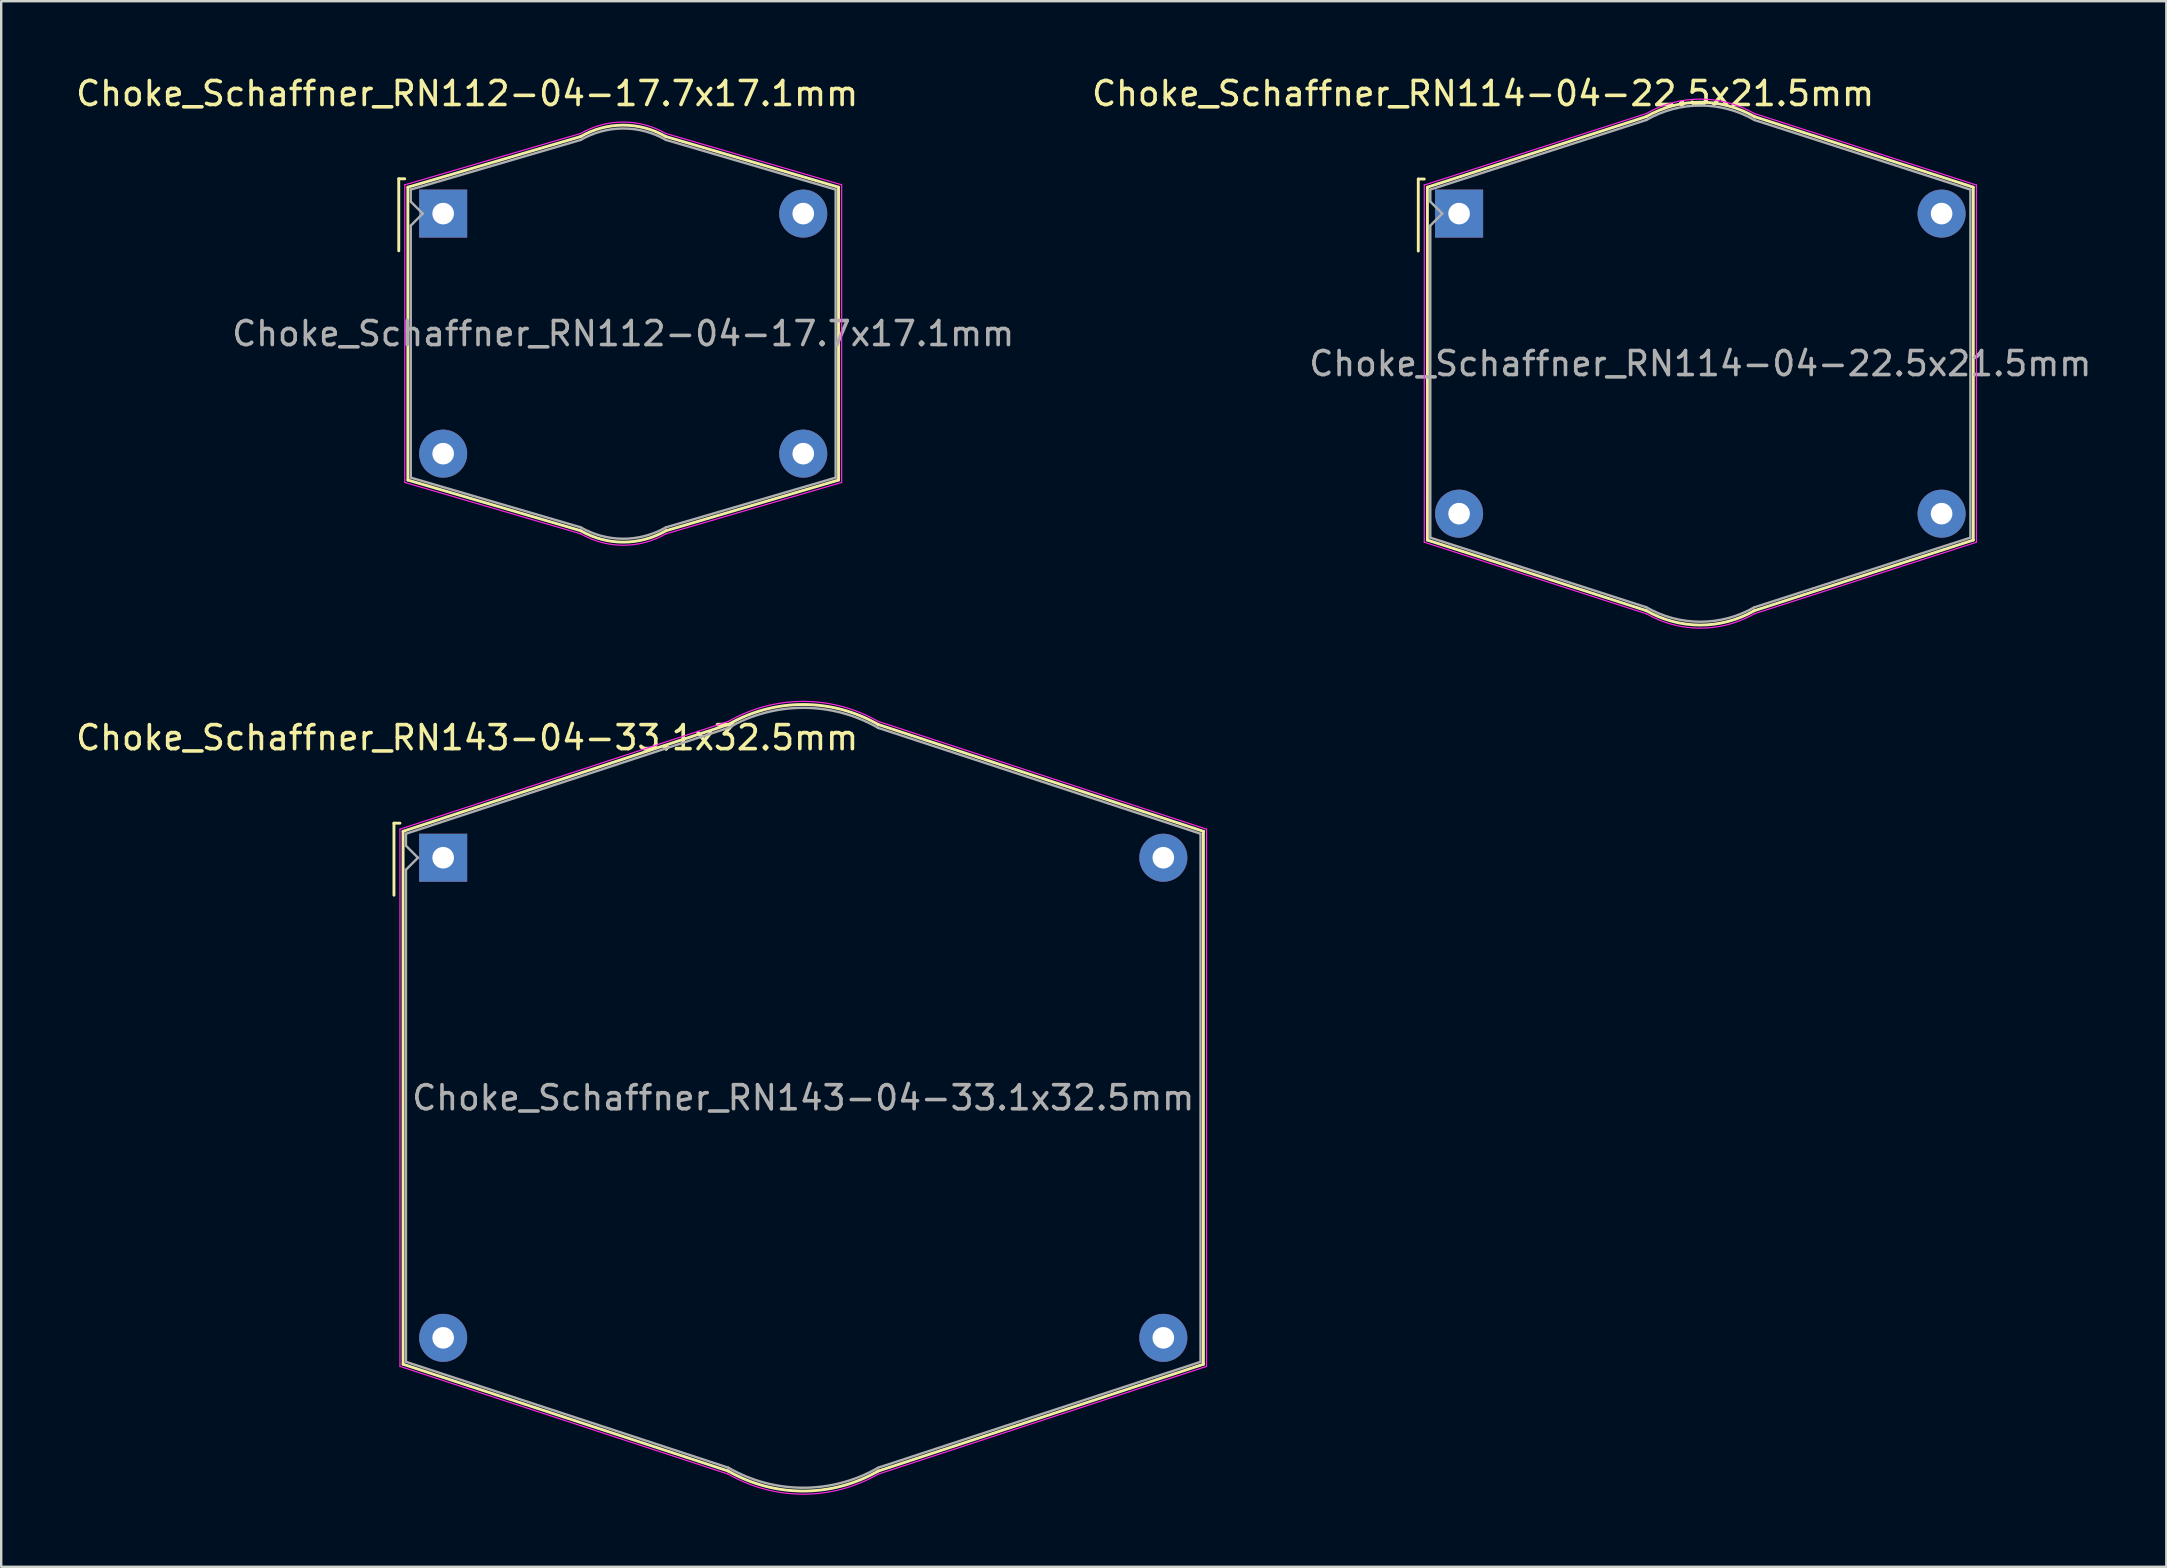
<source format=kicad_pcb>
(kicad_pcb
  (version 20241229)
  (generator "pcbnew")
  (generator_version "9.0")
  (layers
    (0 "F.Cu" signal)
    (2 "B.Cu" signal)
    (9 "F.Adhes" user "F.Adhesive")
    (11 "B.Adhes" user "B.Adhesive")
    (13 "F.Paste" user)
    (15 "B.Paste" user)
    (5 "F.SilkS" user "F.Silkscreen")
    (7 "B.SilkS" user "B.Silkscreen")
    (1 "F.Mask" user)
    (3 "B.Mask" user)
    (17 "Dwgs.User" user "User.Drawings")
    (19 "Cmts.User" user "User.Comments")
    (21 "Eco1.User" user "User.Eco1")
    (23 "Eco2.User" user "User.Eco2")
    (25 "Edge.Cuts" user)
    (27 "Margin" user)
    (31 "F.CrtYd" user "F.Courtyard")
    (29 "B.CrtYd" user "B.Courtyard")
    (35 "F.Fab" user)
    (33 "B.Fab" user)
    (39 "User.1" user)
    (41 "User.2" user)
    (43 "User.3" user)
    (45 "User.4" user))
  (footprint "Choke_Schaffner_RN143-04-33.1x32.5mm"
    (layer "F.Cu")
    (at 15.411 32.681)
    (property "Reference" "Choke_Schaffner_RN143-04-33.1x32.5mm" (at 1 -5 0) (layer "F.SilkS") (effects (font (size 1 1) (thickness 0.15))))
    (attr through_hole)
    (fp_line (start -2.05 -1.44) (end -2.05 1.56) (stroke (width 0.12) (type solid)) (layer "F.SilkS"))
    (fp_line (start -2.05 -1.44) (end -1.8 -1.44) (stroke (width 0.12) (type solid)) (layer "F.SilkS"))
    (fp_line (start -1.67 -1.1) (end 11.88 -5.55) (stroke (width 0.12) (type solid)) (layer "F.SilkS"))
    (fp_line (start -1.67 21.1) (end -1.67 -1.1) (stroke (width 0.12) (type solid)) (layer "F.SilkS"))
    (fp_line (start 11.88 25.55) (end -1.67 21.1) (stroke (width 0.12) (type solid)) (layer "F.SilkS"))
    (fp_line (start 18.12 -5.55) (end 31.67 -1.1) (stroke (width 0.12) (type solid)) (layer "F.SilkS"))
    (fp_line (start 31.67 -1.1) (end 31.67 21.1) (stroke (width 0.12) (type solid)) (layer "F.SilkS"))
    (fp_line (start 31.67 21.1) (end 18.12 25.55) (stroke (width 0.12) (type solid)) (layer "F.SilkS"))
    (fp_arc (start 11.88 -5.55) (mid 15.013001 -6.382518) (end 18.142518 -5.536999) (stroke (width 0.12) (type solid)) (layer "F.SilkS"))
    (fp_arc (start 18.12 25.55) (mid 14.986999 26.382518) (end 11.857482 25.536999) (stroke (width 0.12) (type solid)) (layer "F.SilkS"))
    (fp_line (start -1.8 -1.19) (end 11.88 -5.68) (stroke (width 0.05) (type solid)) (layer "F.CrtYd"))
    (fp_line (start -1.8 21.19) (end -1.8 -1.19) (stroke (width 0.05) (type solid)) (layer "F.CrtYd"))
    (fp_line (start 11.88 25.68) (end -1.8 21.19) (stroke (width 0.05) (type solid)) (layer "F.CrtYd"))
    (fp_line (start 18.12 -5.68) (end 31.8 -1.19) (stroke (width 0.05) (type solid)) (layer "F.CrtYd"))
    (fp_line (start 31.8 -1.19) (end 31.8 21.19) (stroke (width 0.05) (type solid)) (layer "F.CrtYd"))
    (fp_line (start 31.8 21.19) (end 18.12 25.68) (stroke (width 0.05) (type solid)) (layer "F.CrtYd"))
    (fp_arc (start 11.88 -5.68) (mid 15.013001 -6.512518) (end 18.142518 -5.666999) (stroke (width 0.05) (type solid)) (layer "F.CrtYd"))
    (fp_arc (start 18.12 25.68) (mid 14.986999 26.512518) (end 11.857482 25.666999) (stroke (width 0.05) (type solid)) (layer "F.CrtYd"))
    (fp_line (start -1.55 -1) (end 11.88 -5.41) (stroke (width 0.1) (type solid)) (layer "F.Fab"))
    (fp_line (start -1.55 -0.5) (end -1.55 -1) (stroke (width 0.1) (type solid)) (layer "F.Fab"))
    (fp_line (start -1.55 0.5) (end -1.05 0) (stroke (width 0.1) (type solid)) (layer "F.Fab"))
    (fp_line (start -1.55 21) (end -1.55 0.5) (stroke (width 0.1) (type solid)) (layer "F.Fab"))
    (fp_line (start -1.05 0) (end -1.55 -0.5) (stroke (width 0.1) (type solid)) (layer "F.Fab"))
    (fp_line (start 11.88 25.41) (end -1.55 21) (stroke (width 0.1) (type solid)) (layer "F.Fab"))
    (fp_line (start 18.12 -5.41) (end 31.55 -1) (stroke (width 0.1) (type solid)) (layer "F.Fab"))
    (fp_line (start 31.55 -1) (end 31.55 21) (stroke (width 0.1) (type solid)) (layer "F.Fab"))
    (fp_line (start 31.55 21) (end 18.12 25.41) (stroke (width 0.1) (type solid)) (layer "F.Fab"))
    (fp_arc (start 11.88 -5.41) (mid 15.003001 -6.245197) (end 18.125197 -5.406999) (stroke (width 0.1) (type solid)) (layer "F.Fab"))
    (fp_arc (start 18.12 25.41) (mid 14.996999 26.245197) (end 11.874803 25.406999) (stroke (width 0.1) (type solid)) (layer "F.Fab"))
    (fp_text user "${REFERENCE}" (at 15 10 0) (layer "F.Fab") (effects (font (size 1 1) (thickness 0.15))))
    (pad "1" thru_hole rect (at 0 0) (size 2 2) (drill 0.9) (layers "*.Cu" "*.Mask"))
    (pad "2" thru_hole circle (at 30 0) (size 2 2) (drill 0.9) (layers "*.Cu" "*.Mask"))
    (pad "3" thru_hole circle (at 0 20) (size 2 2) (drill 0.9) (layers "*.Cu" "*.Mask"))
    (pad "4" thru_hole circle (at 30 20) (size 2 2) (drill 0.9) (layers "*.Cu" "*.Mask")))
  (footprint "Choke_Schaffner_RN114-04-22.5x21.5mm"
    (layer "F.Cu")
    (at 57.732 5.848)
    (property "Reference" "Choke_Schaffner_RN114-04-22.5x21.5mm" (at 1 -5 0) (layer "F.SilkS") (effects (font (size 1 1) (thickness 0.15))))
    (attr through_hole)
    (fp_line (start -1.7 -1.44) (end -1.7 1.56) (stroke (width 0.12) (type solid)) (layer "F.SilkS"))
    (fp_line (start -1.7 -1.44) (end -1.45 -1.44) (stroke (width 0.12) (type solid)) (layer "F.SilkS"))
    (fp_line (start -1.32 -1.1) (end 7.8 -4.04) (stroke (width 0.12) (type solid)) (layer "F.SilkS"))
    (fp_line (start -1.32 13.6) (end -1.32 -1.1) (stroke (width 0.12) (type solid)) (layer "F.SilkS"))
    (fp_line (start 7.8 16.54) (end -1.32 13.6) (stroke (width 0.12) (type solid)) (layer "F.SilkS"))
    (fp_line (start 12.3 -4.04) (end 21.42 -1.1) (stroke (width 0.12) (type solid)) (layer "F.SilkS"))
    (fp_line (start 21.42 -1.1) (end 21.42 13.6) (stroke (width 0.12) (type solid)) (layer "F.SilkS"))
    (fp_line (start 21.42 13.6) (end 12.3 16.54) (stroke (width 0.12) (type solid)) (layer "F.SilkS"))
    (fp_arc (start 7.8 -4.04) (mid 10.061443 -4.63982) (end 12.31982 -4.028557) (stroke (width 0.12) (type solid)) (layer "F.SilkS"))
    (fp_arc (start 12.3 16.54) (mid 10.038557 17.13982) (end 7.78018 16.528557) (stroke (width 0.12) (type solid)) (layer "F.SilkS"))
    (fp_line (start -1.45 -1.19) (end 7.8 -4.17) (stroke (width 0.05) (type solid)) (layer "F.CrtYd"))
    (fp_line (start -1.45 13.69) (end -1.45 -1.19) (stroke (width 0.05) (type solid)) (layer "F.CrtYd"))
    (fp_line (start 7.8 16.67) (end -1.45 13.69) (stroke (width 0.05) (type solid)) (layer "F.CrtYd"))
    (fp_line (start 12.3 -4.17) (end 21.55 -1.19) (stroke (width 0.05) (type solid)) (layer "F.CrtYd"))
    (fp_line (start 21.55 -1.19) (end 21.55 13.69) (stroke (width 0.05) (type solid)) (layer "F.CrtYd"))
    (fp_line (start 21.55 13.69) (end 12.3 16.67) (stroke (width 0.05) (type solid)) (layer "F.CrtYd"))
    (fp_arc (start 7.8 -4.17) (mid 10.061443 -4.76982) (end 12.31982 -4.158557) (stroke (width 0.05) (type solid)) (layer "F.CrtYd"))
    (fp_arc (start 12.3 16.67) (mid 10.038557 17.26982) (end 7.78018 16.658557) (stroke (width 0.05) (type solid)) (layer "F.CrtYd"))
    (fp_line (start -1.2 -1) (end 7.8 -3.9) (stroke (width 0.1) (type solid)) (layer "F.Fab"))
    (fp_line (start -1.2 -0.5) (end -1.2 -1) (stroke (width 0.1) (type solid)) (layer "F.Fab"))
    (fp_line (start -1.2 0.5) (end -0.7 0) (stroke (width 0.1) (type solid)) (layer "F.Fab"))
    (fp_line (start -1.2 13.5) (end -1.2 0.5) (stroke (width 0.1) (type solid)) (layer "F.Fab"))
    (fp_line (start -0.7 0) (end -1.2 -0.5) (stroke (width 0.1) (type solid)) (layer "F.Fab"))
    (fp_line (start 7.8 16.4) (end -1.2 13.5) (stroke (width 0.1) (type solid)) (layer "F.Fab"))
    (fp_line (start 12.3 -3.9) (end 21.3 -1) (stroke (width 0.1) (type solid)) (layer "F.Fab"))
    (fp_line (start 21.3 -1) (end 21.3 13.5) (stroke (width 0.1) (type solid)) (layer "F.Fab"))
    (fp_line (start 21.3 13.5) (end 12.3 16.4) (stroke (width 0.1) (type solid)) (layer "F.Fab"))
    (fp_arc (start 7.8 -3.9) (mid 10.051443 -4.502499) (end 12.302499 -3.898557) (stroke (width 0.1) (type solid)) (layer "F.Fab"))
    (fp_arc (start 12.3 16.4) (mid 10.048557 17.002499) (end 7.797501 16.398557) (stroke (width 0.1) (type solid)) (layer "F.Fab"))
    (fp_text user "${REFERENCE}" (at 10.05 6.25 0) (layer "F.Fab") (effects (font (size 1 1) (thickness 0.15))))
    (pad "1" thru_hole rect (at 0 0) (size 2 2) (drill 0.9) (layers "*.Cu" "*.Mask"))
    (pad "2" thru_hole circle (at 20.1 0) (size 2 2) (drill 0.9) (layers "*.Cu" "*.Mask"))
    (pad "3" thru_hole circle (at 0 12.5) (size 2 2) (drill 0.9) (layers "*.Cu" "*.Mask"))
    (pad "4" thru_hole circle (at 20.1 12.5) (size 2 2) (drill 0.9) (layers "*.Cu" "*.Mask")))
  (footprint "Choke_Schaffner_RN112-04-17.7x17.1mm"
    (layer "F.Cu")
    (at 15.411 5.848)
    (property "Reference" "Choke_Schaffner_RN112-04-17.7x17.1mm" (at 1 -5 0) (layer "F.SilkS") (effects (font (size 1 1) (thickness 0.15))))
    (attr through_hole)
    (fp_line (start -1.85 -1.45) (end -1.85 1.55) (stroke (width 0.12) (type solid)) (layer "F.SilkS"))
    (fp_line (start -1.85 -1.45) (end -1.6 -1.45) (stroke (width 0.12) (type solid)) (layer "F.SilkS"))
    (fp_line (start -1.47 -1.1) (end 5.73 -3.21) (stroke (width 0.12) (type solid)) (layer "F.SilkS"))
    (fp_line (start -1.47 11.1) (end -1.47 -1.1) (stroke (width 0.12) (type solid)) (layer "F.SilkS"))
    (fp_line (start 5.73 13.21) (end -1.47 11.1) (stroke (width 0.12) (type solid)) (layer "F.SilkS"))
    (fp_line (start 9.27 -3.21) (end 16.47 -1.1) (stroke (width 0.12) (type solid)) (layer "F.SilkS"))
    (fp_line (start 16.47 -1.1) (end 16.47 11.1) (stroke (width 0.12) (type solid)) (layer "F.SilkS"))
    (fp_line (start 16.47 11.1) (end 9.28 13.21) (stroke (width 0.12) (type solid)) (layer "F.SilkS"))
    (fp_arc (start 5.73 -3.21) (mid 7.5 -3.68427) (end 9.27 -3.21) (stroke (width 0.12) (type solid)) (layer "F.SilkS"))
    (fp_arc (start 9.28 13.21) (mid 7.505 13.68561) (end 5.73 13.21) (stroke (width 0.12) (type solid)) (layer "F.SilkS"))
    (fp_line (start -1.6 -1.2) (end 5.73 -3.34) (stroke (width 0.05) (type solid)) (layer "F.CrtYd"))
    (fp_line (start -1.6 11.2) (end -1.6 -1.2) (stroke (width 0.05) (type solid)) (layer "F.CrtYd"))
    (fp_line (start 5.73 13.34) (end -1.6 11.2) (stroke (width 0.05) (type solid)) (layer "F.CrtYd"))
    (fp_line (start 9.27 -3.34) (end 16.6 -1.2) (stroke (width 0.05) (type solid)) (layer "F.CrtYd"))
    (fp_line (start 16.6 -1.2) (end 16.6 11.2) (stroke (width 0.05) (type solid)) (layer "F.CrtYd"))
    (fp_line (start 16.6 11.2) (end 9.28 13.34) (stroke (width 0.05) (type solid)) (layer "F.CrtYd"))
    (fp_arc (start 5.73 -3.34) (mid 7.5 -3.81427) (end 9.27 -3.34) (stroke (width 0.05) (type solid)) (layer "F.CrtYd"))
    (fp_arc (start 9.28 13.34) (mid 7.505 13.81561) (end 5.73 13.34) (stroke (width 0.05) (type solid)) (layer "F.CrtYd"))
    (fp_line (start -1.35 -1) (end 5.73 -3.07) (stroke (width 0.1) (type solid)) (layer "F.Fab"))
    (fp_line (start -1.35 -0.5) (end -1.35 -1) (stroke (width 0.1) (type solid)) (layer "F.Fab"))
    (fp_line (start -1.35 0.5) (end -0.85 0) (stroke (width 0.1) (type solid)) (layer "F.Fab"))
    (fp_line (start -1.35 11) (end -1.35 0.5) (stroke (width 0.1) (type solid)) (layer "F.Fab"))
    (fp_line (start -0.85 0) (end -1.35 -0.5) (stroke (width 0.1) (type solid)) (layer "F.Fab"))
    (fp_line (start 5.73 13.07) (end -1.35 11) (stroke (width 0.1) (type solid)) (layer "F.Fab"))
    (fp_line (start 9.28 -3.07) (end 16.35 -1) (stroke (width 0.1) (type solid)) (layer "F.Fab"))
    (fp_line (start 16.35 -1) (end 16.35 11) (stroke (width 0.1) (type solid)) (layer "F.Fab"))
    (fp_line (start 16.35 11) (end 9.28 13.07) (stroke (width 0.1) (type solid)) (layer "F.Fab"))
    (fp_arc (start 5.73 -3.07) (mid 7.505 -3.54561) (end 9.28 -3.07) (stroke (width 0.1) (type solid)) (layer "F.Fab"))
    (fp_arc (start 9.28 13.07) (mid 7.505 13.54561) (end 5.73 13.07) (stroke (width 0.1) (type solid)) (layer "F.Fab"))
    (fp_text user "${REFERENCE}" (at 7.5 5 0) (layer "F.Fab") (effects (font (size 1 1) (thickness 0.15))))
    (pad "1" thru_hole rect (at 0 0) (size 2 2) (drill 0.9) (layers "*.Cu" "*.Mask"))
    (pad "2" thru_hole circle (at 15 0) (size 2 2) (drill 0.9) (layers "*.Cu" "*.Mask"))
    (pad "3" thru_hole circle (at 0 10) (size 2 2) (drill 0.9) (layers "*.Cu" "*.Mask"))
    (pad "4" thru_hole circle (at 15 10) (size 2 2) (drill 0.9) (layers "*.Cu" "*.Mask")))
  (gr_rect
    (start -3 -3)
    (end 87.193 62.218)
    (stroke (width 0.1) (type default))
    (fill no)
    (layer "Edge.Cuts")))
</source>
